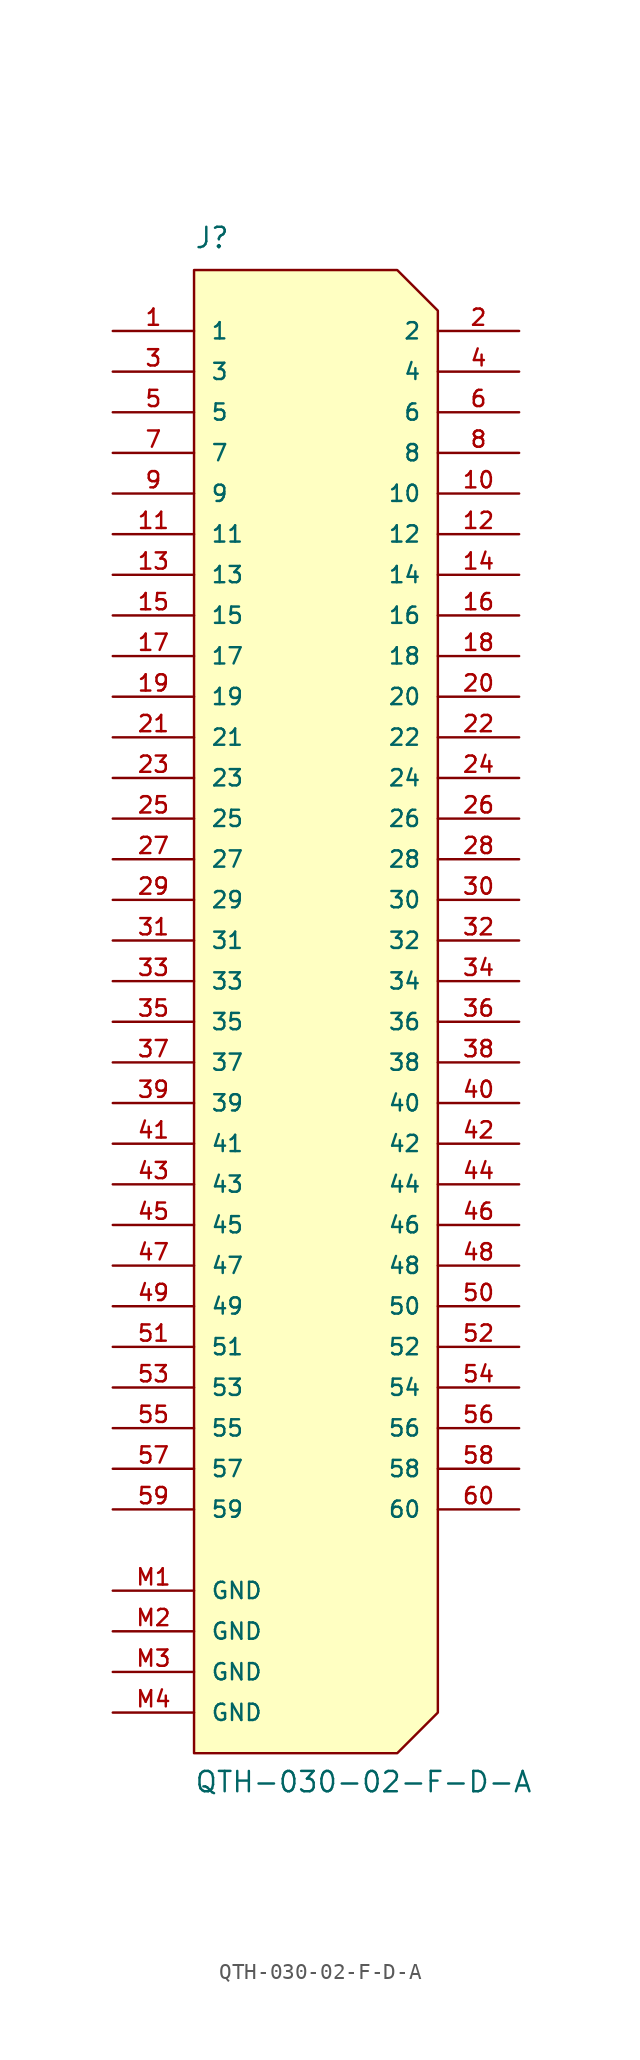
<source format=kicad_sym>
(kicad_symbol_lib
  (version 20220914)
  (generator kicad_symbol_editor)
  (symbol "QTH-030-02-F-D-A"
    (pin_names
      (offset 1.016))
    (property "Reference" "J"
      (at -7.62 45.72 0)
      (effects (font (size 1.27 1.27)) (justify left bottom)))
    (property "Value" "QTH-030-02-F-D-A"
      (at -7.62 -50.8 0)
      (effects (font (size 1.27 1.27)) (justify left bottom)))
    (symbol "QTH-030-02-F-D-A_0_0"
      (pin passive line (at 12.7 30.48 180) (length 5.08) (name "10" (effects (font (size 1.016 1.016)))) (number "10" (effects (font (size 1.016 1.016)))))
      (pin passive line (at -12.7 27.94 0) (length 5.08) (name "11" (effects (font (size 1.016 1.016)))) (number "11" (effects (font (size 1.016 1.016)))))
      (pin passive line (at 12.7 27.94 180) (length 5.08) (name "12" (effects (font (size 1.016 1.016)))) (number "12" (effects (font (size 1.016 1.016)))))
      (pin passive line (at -12.7 25.4 0) (length 5.08) (name "13" (effects (font (size 1.016 1.016)))) (number "13" (effects (font (size 1.016 1.016)))))
      (pin passive line (at 12.7 25.4 180) (length 5.08) (name "14" (effects (font (size 1.016 1.016)))) (number "14" (effects (font (size 1.016 1.016)))))
      (pin passive line (at -12.7 22.86 0) (length 5.08) (name "15" (effects (font (size 1.016 1.016)))) (number "15" (effects (font (size 1.016 1.016)))))
      (pin passive line (at 12.7 22.86 180) (length 5.08) (name "16" (effects (font (size 1.016 1.016)))) (number "16" (effects (font (size 1.016 1.016)))))
      (pin passive line (at -12.7 20.32 0) (length 5.08) (name "17" (effects (font (size 1.016 1.016)))) (number "17" (effects (font (size 1.016 1.016)))))
      (pin passive line (at 12.7 20.32 180) (length 5.08) (name "18" (effects (font (size 1.016 1.016)))) (number "18" (effects (font (size 1.016 1.016)))))
      (pin passive line (at -12.7 17.78 0) (length 5.08) (name "19" (effects (font (size 1.016 1.016)))) (number "19" (effects (font (size 1.016 1.016)))))
      (pin passive line (at 12.7 17.78 180) (length 5.08) (name "20" (effects (font (size 1.016 1.016)))) (number "20" (effects (font (size 1.016 1.016)))))
      (pin passive line (at -12.7 15.24 0) (length 5.08) (name "21" (effects (font (size 1.016 1.016)))) (number "21" (effects (font (size 1.016 1.016)))))
      (pin passive line (at 12.7 15.24 180) (length 5.08) (name "22" (effects (font (size 1.016 1.016)))) (number "22" (effects (font (size 1.016 1.016)))))
      (pin passive line (at -12.7 12.7 0) (length 5.08) (name "23" (effects (font (size 1.016 1.016)))) (number "23" (effects (font (size 1.016 1.016)))))
      (pin passive line (at 12.7 12.7 180) (length 5.08) (name "24" (effects (font (size 1.016 1.016)))) (number "24" (effects (font (size 1.016 1.016)))))
      (pin passive line (at -12.7 10.16 0) (length 5.08) (name "25" (effects (font (size 1.016 1.016)))) (number "25" (effects (font (size 1.016 1.016)))))
      (pin passive line (at 12.7 10.16 180) (length 5.08) (name "26" (effects (font (size 1.016 1.016)))) (number "26" (effects (font (size 1.016 1.016)))))
      (pin passive line (at -12.7 7.62 0) (length 5.08) (name "27" (effects (font (size 1.016 1.016)))) (number "27" (effects (font (size 1.016 1.016)))))
      (pin passive line (at 12.7 7.62 180) (length 5.08) (name "28" (effects (font (size 1.016 1.016)))) (number "28" (effects (font (size 1.016 1.016)))))
      (pin passive line (at -12.7 5.08 0) (length 5.08) (name "29" (effects (font (size 1.016 1.016)))) (number "29" (effects (font (size 1.016 1.016)))))
      (pin passive line (at 12.7 5.08 180) (length 5.08) (name "30" (effects (font (size 1.016 1.016)))) (number "30" (effects (font (size 1.016 1.016)))))
      (pin passive line (at -12.7 2.54 0) (length 5.08) (name "31" (effects (font (size 1.016 1.016)))) (number "31" (effects (font (size 1.016 1.016)))))
      (pin passive line (at 12.7 2.54 180) (length 5.08) (name "32" (effects (font (size 1.016 1.016)))) (number "32" (effects (font (size 1.016 1.016)))))
      (pin passive line (at -12.7 0 0) (length 5.08) (name "33" (effects (font (size 1.016 1.016)))) (number "33" (effects (font (size 1.016 1.016)))))
      (pin passive line (at 12.7 0 180) (length 5.08) (name "34" (effects (font (size 1.016 1.016)))) (number "34" (effects (font (size 1.016 1.016)))))
      (pin passive line (at -12.7 -2.54 0) (length 5.08) (name "35" (effects (font (size 1.016 1.016)))) (number "35" (effects (font (size 1.016 1.016)))))
      (pin passive line (at 12.7 -2.54 180) (length 5.08) (name "36" (effects (font (size 1.016 1.016)))) (number "36" (effects (font (size 1.016 1.016)))))
      (pin passive line (at -12.7 -5.08 0) (length 5.08) (name "37" (effects (font (size 1.016 1.016)))) (number "37" (effects (font (size 1.016 1.016)))))
      (pin passive line (at 12.7 -5.08 180) (length 5.08) (name "38" (effects (font (size 1.016 1.016)))) (number "38" (effects (font (size 1.016 1.016)))))
      (pin passive line (at -12.7 -7.62 0) (length 5.08) (name "39" (effects (font (size 1.016 1.016)))) (number "39" (effects (font (size 1.016 1.016)))))
      (pin passive line (at 12.7 -7.62 180) (length 5.08) (name "40" (effects (font (size 1.016 1.016)))) (number "40" (effects (font (size 1.016 1.016)))))
      (pin passive line (at -12.7 -10.16 0) (length 5.08) (name "41" (effects (font (size 1.016 1.016)))) (number "41" (effects (font (size 1.016 1.016)))))
      (pin passive line (at 12.7 -10.16 180) (length 5.08) (name "42" (effects (font (size 1.016 1.016)))) (number "42" (effects (font (size 1.016 1.016)))))
      (pin passive line (at -12.7 -12.7 0) (length 5.08) (name "43" (effects (font (size 1.016 1.016)))) (number "43" (effects (font (size 1.016 1.016)))))
      (pin passive line (at 12.7 -12.7 180) (length 5.08) (name "44" (effects (font (size 1.016 1.016)))) (number "44" (effects (font (size 1.016 1.016)))))
      (pin passive line (at -12.7 -15.24 0) (length 5.08) (name "45" (effects (font (size 1.016 1.016)))) (number "45" (effects (font (size 1.016 1.016)))))
      (pin passive line (at 12.7 -15.24 180) (length 5.08) (name "46" (effects (font (size 1.016 1.016)))) (number "46" (effects (font (size 1.016 1.016)))))
      (pin passive line (at -12.7 -17.78 0) (length 5.08) (name "47" (effects (font (size 1.016 1.016)))) (number "47" (effects (font (size 1.016 1.016)))))
      (pin passive line (at 12.7 -17.78 180) (length 5.08) (name "48" (effects (font (size 1.016 1.016)))) (number "48" (effects (font (size 1.016 1.016)))))
      (pin passive line (at -12.7 -20.32 0) (length 5.08) (name "49" (effects (font (size 1.016 1.016)))) (number "49" (effects (font (size 1.016 1.016)))))
      (pin passive line (at 12.7 -20.32 180) (length 5.08) (name "50" (effects (font (size 1.016 1.016)))) (number "50" (effects (font (size 1.016 1.016)))))
      (pin passive line (at -12.7 -22.86 0) (length 5.08) (name "51" (effects (font (size 1.016 1.016)))) (number "51" (effects (font (size 1.016 1.016)))))
      (pin passive line (at 12.7 -22.86 180) (length 5.08) (name "52" (effects (font (size 1.016 1.016)))) (number "52" (effects (font (size 1.016 1.016)))))
      (pin passive line (at -12.7 -25.4 0) (length 5.08) (name "53" (effects (font (size 1.016 1.016)))) (number "53" (effects (font (size 1.016 1.016)))))
      (pin passive line (at 12.7 -25.4 180) (length 5.08) (name "54" (effects (font (size 1.016 1.016)))) (number "54" (effects (font (size 1.016 1.016)))))
      (pin passive line (at -12.7 -27.94 0) (length 5.08) (name "55" (effects (font (size 1.016 1.016)))) (number "55" (effects (font (size 1.016 1.016)))))
      (pin passive line (at 12.7 -27.94 180) (length 5.08) (name "56" (effects (font (size 1.016 1.016)))) (number "56" (effects (font (size 1.016 1.016)))))
      (pin passive line (at -12.7 -30.48 0) (length 5.08) (name "57" (effects (font (size 1.016 1.016)))) (number "57" (effects (font (size 1.016 1.016)))))
      (pin passive line (at 12.7 -30.48 180) (length 5.08) (name "58" (effects (font (size 1.016 1.016)))) (number "58" (effects (font (size 1.016 1.016)))))
      (pin passive line (at -12.7 -33.02 0) (length 5.08) (name "59" (effects (font (size 1.016 1.016)))) (number "59" (effects (font (size 1.016 1.016)))))
      (pin passive line (at 12.7 -33.02 180) (length 5.08) (name "60" (effects (font (size 1.016 1.016)))) (number "60" (effects (font (size 1.016 1.016))))))
    (symbol "QTH-030-02-F-D-A_1_0"
      (pin passive line (at -12.7 40.64 0) (length 5.08) (name "1" (effects (font (size 1.016 1.016)))) (number "1" (effects (font (size 1.016 1.016)))))
      (pin passive line (at 12.7 40.64 180) (length 5.08) (name "2" (effects (font (size 1.016 1.016)))) (number "2" (effects (font (size 1.016 1.016)))))
      (pin passive line (at -12.7 38.1 0) (length 5.08) (name "3" (effects (font (size 1.016 1.016)))) (number "3" (effects (font (size 1.016 1.016)))))
      (pin passive line (at 12.7 38.1 180) (length 5.08) (name "4" (effects (font (size 1.016 1.016)))) (number "4" (effects (font (size 1.016 1.016)))))
      (pin passive line (at -12.7 35.56 0) (length 5.08) (name "5" (effects (font (size 1.016 1.016)))) (number "5" (effects (font (size 1.016 1.016)))))
      (pin passive line (at 12.7 35.56 180) (length 5.08) (name "6" (effects (font (size 1.016 1.016)))) (number "6" (effects (font (size 1.016 1.016)))))
      (pin passive line (at -12.7 33.02 0) (length 5.08) (name "7" (effects (font (size 1.016 1.016)))) (number "7" (effects (font (size 1.016 1.016)))))
      (pin passive line (at 12.7 33.02 180) (length 5.08) (name "8" (effects (font (size 1.016 1.016)))) (number "8" (effects (font (size 1.016 1.016)))))
      (pin passive line (at -12.7 30.48 0) (length 5.08) (name "9" (effects (font (size 1.016 1.016)))) (number "9" (effects (font (size 1.016 1.016)))))
      (pin power_in line (at -12.7 -38.1 0) (length 5.08) (name "GND" (effects (font (size 1.016 1.016)))) (number "M1" (effects (font (size 1.016 1.016)))))
      (pin power_in line (at -12.7 -40.64 0) (length 5.08) (name "GND" (effects (font (size 1.016 1.016)))) (number "M2" (effects (font (size 1.016 1.016)))))
      (pin power_in line (at -12.7 -43.18 0) (length 5.08) (name "GND" (effects (font (size 1.016 1.016)))) (number "M3" (effects (font (size 1.016 1.016)))))
      (pin power_in line (at -12.7 -45.72 0) (length 5.08) (name "GND" (effects (font (size 1.016 1.016)))) (number "M4" (effects (font (size 1.016 1.016))))))
    (symbol "QTH-030-02-F-D-A_1_1"
      (polyline (pts (xy -7.62 44.45) (xy 5.08 44.45) (xy 7.62 41.91) (xy 7.62 -45.72) (xy 5.08 -48.26) (xy -7.62 -48.26) (xy -7.62 44.45)) (stroke (width 0) (type default)) (fill (type background))))))
</source>
